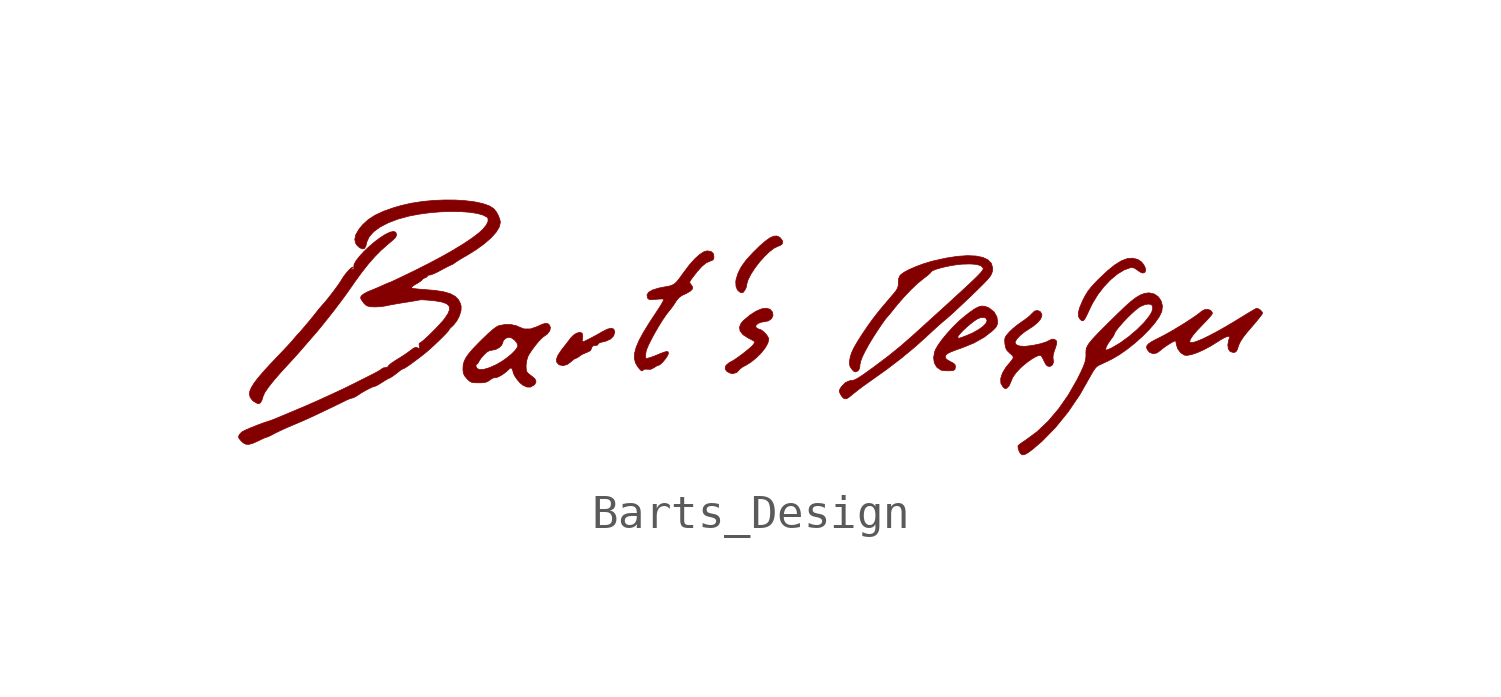
<source format=kicad_sym>
(kicad_symbol_lib
  (version 20231120)
  (generator "kicad_symbol_editor")
  (generator_version "8.0")
  (symbol "Barts_Design"
    (property "Reference" "Logo"
      (at 0 5.334 0)
      (effects (font (size 1.27 1.27)) (hide yes)))
    (property "Value" ""
      (at 0 5.334 0)
      (effects (font (size 1.27 1.27))))
    (symbol "Barts_Design_0_0"
      (polyline (pts (xy 1.67 1.883) (xy 1.715 1.94) (xy 1.754 2.015) (xy 1.771 2.081) (xy 1.774 2.12) (xy 1.816 2.256) (xy 1.898 2.417) (xy 2.011 2.592) (xy 2.146 2.768) (xy 2.291 2.932) (xy 2.438 3.073) (xy 2.576 3.179) (xy 2.696 3.236) (xy 2.754 3.256) (xy 2.824 3.312) (xy 2.827 3.386) (xy 2.764 3.475) (xy 2.731 3.503) (xy 2.654 3.536) (xy 2.562 3.529) (xy 2.452 3.479) (xy 2.317 3.382) (xy 2.151 3.237) (xy 1.95 3.04) (xy 1.948 3.037) (xy 1.757 2.827) (xy 1.618 2.637) (xy 1.523 2.453) (xy 1.463 2.261) (xy 1.453 2.195) (xy 1.46 2.06) (xy 1.502 1.952) (xy 1.573 1.889) (xy 1.59 1.883) (xy 1.641 1.869) (xy 1.67 1.883)) (stroke (width 0.01) (type default)) (fill (type outline)))
      (polyline (pts (xy 11.668 1.073) (xy 11.711 1.139) (xy 11.768 1.254) (xy 11.846 1.424) (xy 11.916 1.564) (xy 12.069 1.814) (xy 12.247 2.046) (xy 12.441 2.25) (xy 12.642 2.418) (xy 12.839 2.539) (xy 13.024 2.606) (xy 13.051 2.61) (xy 13.137 2.598) (xy 13.229 2.537) (xy 13.249 2.521) (xy 13.329 2.469) (xy 13.39 2.448) (xy 13.449 2.468) (xy 13.473 2.526) (xy 13.46 2.606) (xy 13.416 2.695) (xy 13.346 2.778) (xy 13.254 2.84) (xy 13.235 2.849) (xy 13.09 2.885) (xy 12.933 2.871) (xy 12.761 2.806) (xy 12.568 2.687) (xy 12.351 2.511) (xy 12.105 2.279) (xy 11.992 2.163) (xy 11.871 2.031) (xy 11.78 1.913) (xy 11.706 1.794) (xy 11.634 1.656) (xy 11.617 1.621) (xy 11.537 1.43) (xy 11.5 1.283) (xy 11.504 1.175) (xy 11.548 1.097) (xy 11.555 1.09) (xy 11.596 1.055) (xy 11.632 1.047) (xy 11.668 1.073)) (stroke (width 0.01) (type default)) (fill (type outline)))
      (polyline (pts (xy -3.49 -0.233) (xy -3.377 -0.15) (xy -3.358 -0.131) (xy -3.288 -0.074) (xy -3.237 -0.051) (xy -3.196 -0.037) (xy -3.132 0.009) (xy -3.115 0.024) (xy -3.031 0.074) (xy -2.927 0.118) (xy -2.909 0.124) (xy -2.813 0.172) (xy -2.782 0.227) (xy -2.775 0.264) (xy -2.724 0.321) (xy -2.635 0.331) (xy -2.603 0.333) (xy -2.584 0.364) (xy -2.582 0.377) (xy -2.531 0.409) (xy -2.422 0.436) (xy -2.356 0.452) (xy -2.219 0.514) (xy -2.129 0.606) (xy -2.097 0.717) (xy -2.098 0.732) (xy -2.127 0.805) (xy -2.2 0.829) (xy -2.313 0.803) (xy -2.464 0.727) (xy -2.517 0.695) (xy -2.65 0.62) (xy -2.784 0.548) (xy -2.904 0.487) (xy -2.994 0.444) (xy -3.041 0.428) (xy -3.044 0.429) (xy -3.05 0.467) (xy -3.042 0.543) (xy -3.035 0.597) (xy -3.051 0.681) (xy -3.109 0.711) (xy -3.21 0.687) (xy -3.299 0.632) (xy -3.381 0.551) (xy -3.39 0.538) (xy -3.451 0.458) (xy -3.536 0.348) (xy -3.629 0.23) (xy -3.655 0.196) (xy -3.757 0.045) (xy -3.804 -0.073) (xy -3.798 -0.164) (xy -3.741 -0.231) (xy -3.72 -0.244) (xy -3.61 -0.266) (xy -3.49 -0.233)) (stroke (width 0.01) (type default)) (fill (type outline)))
      (polyline (pts (xy 1.482 -0.467) (xy 1.575 -0.369) (xy 1.578 -0.365) (xy 1.631 -0.321) (xy 1.713 -0.274) (xy 1.745 -0.259) (xy 1.906 -0.158) (xy 2.062 -0.031) (xy 2.203 0.111) (xy 2.317 0.256) (xy 2.393 0.391) (xy 2.421 0.505) (xy 2.413 0.543) (xy 2.364 0.627) (xy 2.288 0.712) (xy 2.204 0.778) (xy 2.134 0.805) (xy 2.104 0.812) (xy 2.047 0.854) (xy 2.039 0.867) (xy 2.047 0.919) (xy 2.104 0.969) (xy 2.196 1.007) (xy 2.308 1.024) (xy 2.414 1.048) (xy 2.501 1.112) (xy 2.544 1.201) (xy 2.531 1.299) (xy 2.529 1.304) (xy 2.457 1.387) (xy 2.348 1.417) (xy 2.21 1.398) (xy 2.049 1.33) (xy 1.87 1.216) (xy 1.681 1.057) (xy 1.612 0.979) (xy 1.562 0.862) (xy 1.58 0.748) (xy 1.665 0.642) (xy 1.815 0.544) (xy 1.91 0.496) (xy 1.977 0.459) (xy 2.003 0.433) (xy 2 0.404) (xy 1.977 0.361) (xy 1.976 0.36) (xy 1.931 0.309) (xy 1.844 0.231) (xy 1.731 0.138) (xy 1.606 0.042) (xy 1.484 -0.046) (xy 1.38 -0.115) (xy 1.309 -0.154) (xy 1.252 -0.186) (xy 1.178 -0.249) (xy 1.151 -0.289) (xy 1.144 -0.369) (xy 1.196 -0.44) (xy 1.301 -0.49) (xy 1.369 -0.5) (xy 1.482 -0.467)) (stroke (width 0.01) (type default)) (fill (type outline)))
      (polyline (pts (xy 7.776 -0.414) (xy 7.848 -0.402) (xy 7.88 -0.373) (xy 7.892 -0.317) (xy 7.894 -0.295) (xy 7.884 -0.241) (xy 7.84 -0.198) (xy 7.745 -0.147) (xy 7.666 -0.104) (xy 7.609 -0.054) (xy 7.598 -0.002) (xy 7.604 0.025) (xy 7.63 0.062) (xy 7.681 0.098) (xy 7.77 0.14) (xy 7.904 0.192) (xy 8.094 0.259) (xy 8.43 0.395) (xy 8.733 0.564) (xy 8.981 0.756) (xy 9.015 0.788) (xy 9.088 0.869) (xy 9.122 0.941) (xy 9.131 1.025) (xy 9.11 1.164) (xy 9.028 1.308) (xy 8.885 1.421) (xy 8.856 1.436) (xy 8.761 1.473) (xy 8.668 1.48) (xy 8.567 1.454) (xy 8.447 1.39) (xy 8.299 1.286) (xy 8.113 1.137) (xy 7.99 1.03) (xy 7.821 0.863) (xy 7.656 0.683) (xy 7.57 0.579) (xy 7.967 0.579) (xy 7.977 0.604) (xy 8.03 0.671) (xy 8.115 0.761) (xy 8.222 0.861) (xy 8.336 0.958) (xy 8.444 1.042) (xy 8.534 1.101) (xy 8.623 1.138) (xy 8.725 1.149) (xy 8.796 1.12) (xy 8.823 1.052) (xy 8.822 1.045) (xy 8.786 0.966) (xy 8.694 0.875) (xy 8.559 0.78) (xy 8.39 0.687) (xy 8.197 0.605) (xy 8.105 0.571) (xy 8.024 0.543) (xy 7.983 0.536) (xy 7.969 0.548) (xy 7.967 0.579) (xy 7.57 0.579) (xy 7.509 0.505) (xy 7.39 0.341) (xy 7.312 0.206) (xy 7.284 0.134) (xy 7.255 -0.035) (xy 7.277 -0.188) (xy 7.349 -0.312) (xy 7.467 -0.395) (xy 7.497 -0.403) (xy 7.594 -0.416) (xy 7.71 -0.417) (xy 7.776 -0.414)) (stroke (width 0.01) (type default)) (fill (type outline)))
      (polyline (pts (xy 9.4 -0.929) (xy 9.469 -0.859) (xy 9.528 -0.724) (xy 9.578 -0.608) (xy 9.664 -0.483) (xy 9.795 -0.342) (xy 9.871 -0.272) (xy 9.999 -0.167) (xy 10.129 -0.075) (xy 10.248 -0.006) (xy 10.341 0.034) (xy 10.396 0.035) (xy 10.411 0.021) (xy 10.451 -0.044) (xy 10.497 -0.138) (xy 10.543 -0.227) (xy 10.591 -0.277) (xy 10.652 -0.29) (xy 10.672 -0.289) (xy 10.739 -0.248) (xy 10.771 -0.165) (xy 10.759 -0.057) (xy 10.755 -0.033) (xy 10.764 0.055) (xy 10.793 0.159) (xy 10.824 0.245) (xy 10.858 0.355) (xy 10.867 0.424) (xy 10.852 0.466) (xy 10.812 0.495) (xy 10.792 0.504) (xy 10.727 0.511) (xy 10.648 0.472) (xy 10.55 0.425) (xy 10.391 0.375) (xy 10.196 0.333) (xy 9.983 0.303) (xy 9.897 0.298) (xy 9.763 0.311) (xy 9.675 0.349) (xy 9.644 0.411) (xy 9.648 0.432) (xy 9.693 0.512) (xy 9.782 0.609) (xy 9.903 0.71) (xy 10.043 0.803) (xy 10.177 0.891) (xy 10.311 1.003) (xy 10.398 1.109) (xy 10.43 1.2) (xy 10.424 1.252) (xy 10.377 1.322) (xy 10.302 1.351) (xy 10.217 1.333) (xy 10.143 1.265) (xy 10.137 1.257) (xy 10.073 1.192) (xy 9.973 1.111) (xy 9.855 1.028) (xy 9.719 0.931) (xy 9.582 0.82) (xy 9.476 0.719) (xy 9.461 0.702) (xy 9.387 0.617) (xy 9.35 0.551) (xy 9.339 0.482) (xy 9.345 0.383) (xy 9.347 0.37) (xy 9.367 0.257) (xy 9.409 0.177) (xy 9.491 0.096) (xy 9.526 0.066) (xy 9.575 0.019) (xy 9.592 -0.021) (xy 9.575 -0.07) (xy 9.521 -0.143) (xy 9.426 -0.255) (xy 9.373 -0.322) (xy 9.272 -0.49) (xy 9.223 -0.646) (xy 9.227 -0.781) (xy 9.287 -0.887) (xy 9.323 -0.92) (xy 9.353 -0.941) (xy 9.4 -0.929)) (stroke (width 0.01) (type default)) (fill (type outline)))
      (polyline (pts (xy 14.816 0.057) (xy 14.985 0.114) (xy 15.179 0.2) (xy 15.386 0.311) (xy 15.596 0.442) (xy 15.664 0.486) (xy 15.786 0.555) (xy 15.877 0.591) (xy 15.929 0.592) (xy 15.934 0.556) (xy 15.913 0.496) (xy 15.884 0.345) (xy 15.898 0.226) (xy 15.95 0.148) (xy 16.041 0.12) (xy 16.079 0.123) (xy 16.123 0.143) (xy 16.157 0.199) (xy 16.194 0.305) (xy 16.21 0.351) (xy 16.257 0.448) (xy 16.328 0.557) (xy 16.432 0.691) (xy 16.577 0.861) (xy 16.623 0.914) (xy 16.733 1.044) (xy 16.821 1.154) (xy 16.88 1.232) (xy 16.901 1.27) (xy 16.893 1.3) (xy 16.845 1.359) (xy 16.776 1.402) (xy 16.716 1.41) (xy 16.702 1.403) (xy 16.633 1.364) (xy 16.524 1.3) (xy 16.384 1.215) (xy 16.227 1.119) (xy 16.116 1.05) (xy 15.825 0.877) (xy 15.558 0.727) (xy 15.321 0.602) (xy 15.12 0.505) (xy 14.958 0.44) (xy 14.843 0.408) (xy 14.779 0.412) (xy 14.764 0.438) (xy 14.786 0.51) (xy 14.858 0.619) (xy 14.978 0.761) (xy 15.143 0.934) (xy 15.252 1.046) (xy 15.344 1.147) (xy 15.407 1.223) (xy 15.43 1.263) (xy 15.423 1.3) (xy 15.373 1.358) (xy 15.29 1.383) (xy 15.195 1.372) (xy 15.107 1.321) (xy 15.065 1.285) (xy 14.949 1.199) (xy 14.793 1.093) (xy 14.611 0.975) (xy 14.416 0.855) (xy 14.22 0.739) (xy 14.038 0.637) (xy 13.883 0.556) (xy 13.803 0.517) (xy 13.654 0.438) (xy 13.559 0.374) (xy 13.51 0.318) (xy 13.5 0.263) (xy 13.523 0.202) (xy 13.588 0.123) (xy 13.689 0.084) (xy 13.801 0.105) (xy 13.913 0.185) (xy 13.932 0.203) (xy 14.009 0.264) (xy 14.108 0.332) (xy 14.211 0.397) (xy 14.297 0.444) (xy 14.348 0.463) (xy 14.351 0.46) (xy 14.365 0.415) (xy 14.38 0.332) (xy 14.413 0.231) (xy 14.497 0.115) (xy 14.608 0.042) (xy 14.682 0.034) (xy 14.816 0.057)) (stroke (width 0.01) (type default)) (fill (type outline)))
      (polyline (pts (xy -12.489 -1.358) (xy -12.445 -1.283) (xy -12.412 -1.177) (xy -12.409 -1.163) (xy -12.358 -1.054) (xy -12.255 -0.902) (xy -12.1 -0.706) (xy -11.893 -0.467) (xy -11.635 -0.186) (xy -11.624 -0.174) (xy -11.495 -0.033) (xy -11.356 0.121) (xy -11.237 0.258) (xy -11.224 0.273) (xy -11.116 0.398) (xy -11.01 0.521) (xy -10.927 0.616) (xy -10.87 0.681) (xy -10.708 0.875) (xy -10.525 1.103) (xy -10.334 1.346) (xy -10.149 1.589) (xy -9.982 1.815) (xy -9.846 2.007) (xy -9.738 2.163) (xy -9.522 2.462) (xy -9.324 2.713) (xy -9.136 2.928) (xy -8.95 3.116) (xy -8.757 3.287) (xy -8.643 3.382) (xy -8.565 3.452) (xy -8.521 3.501) (xy -8.503 3.54) (xy -8.498 3.581) (xy -8.517 3.643) (xy -8.581 3.669) (xy -8.689 3.646) (xy -8.692 3.645) (xy -8.83 3.578) (xy -8.983 3.479) (xy -9.145 3.357) (xy -9.304 3.221) (xy -9.452 3.079) (xy -9.579 2.941) (xy -9.678 2.814) (xy -9.738 2.708) (xy -9.75 2.631) (xy -9.748 2.623) (xy -9.748 2.566) (xy -9.79 2.551) (xy -9.798 2.551) (xy -9.831 2.558) (xy -9.799 2.585) (xy -9.775 2.605) (xy -9.788 2.619) (xy -9.791 2.619) (xy -9.837 2.588) (xy -9.907 2.519) (xy -9.985 2.428) (xy -10.059 2.329) (xy -10.114 2.241) (xy -10.136 2.205) (xy -10.2 2.11) (xy -10.29 1.986) (xy -10.392 1.85) (xy -10.496 1.717) (xy -10.589 1.602) (xy -10.66 1.522) (xy -10.681 1.498) (xy -10.766 1.4) (xy -10.848 1.296) (xy -10.859 1.281) (xy -10.922 1.202) (xy -11.008 1.096) (xy -11.108 0.977) (xy -11.208 0.858) (xy -11.299 0.752) (xy -11.369 0.673) (xy -11.406 0.634) (xy -11.416 0.624) (xy -11.461 0.573) (xy -11.524 0.497) (xy -11.542 0.475) (xy -11.617 0.392) (xy -11.723 0.277) (xy -11.85 0.142) (xy -11.986 0.0001) (xy -12.217 -0.243) (xy -12.414 -0.46) (xy -12.567 -0.64) (xy -12.68 -0.79) (xy -12.755 -0.913) (xy -12.798 -1.016) (xy -12.812 -1.101) (xy -12.786 -1.199) (xy -12.711 -1.296) (xy -12.606 -1.362) (xy -12.581 -1.37) (xy -12.533 -1.383) (xy -12.489 -1.358)) (stroke (width 0.01) (type default)) (fill (type outline)))
      (polyline (pts (xy -1.256 -0.39) (xy -1.214 -0.369) (xy -1.131 -0.372) (xy -1.044 -0.375) (xy -0.942 -0.325) (xy -0.941 -0.324) (xy -0.868 -0.276) (xy -0.811 -0.256) (xy -0.8 -0.254) (xy -0.742 -0.214) (xy -0.67 -0.141) (xy -0.599 -0.052) (xy -0.544 0.032) (xy -0.522 0.092) (xy -0.523 0.101) (xy -0.531 0.135) (xy -0.562 0.148) (xy -0.623 0.136) (xy -0.727 0.099) (xy -0.882 0.035) (xy -0.935 0.014) (xy -1.054 -0.029) (xy -1.142 -0.052) (xy -1.185 -0.052) (xy -1.193 -0.028) (xy -1.192 0.05) (xy -1.176 0.155) (xy -1.155 0.223) (xy -1.097 0.357) (xy -1.014 0.522) (xy -0.914 0.706) (xy -0.805 0.893) (xy -0.695 1.07) (xy -0.591 1.222) (xy -0.503 1.336) (xy -0.467 1.378) (xy -0.378 1.498) (xy -0.306 1.609) (xy -0.29 1.637) (xy -0.211 1.73) (xy -0.128 1.79) (xy 0.009 1.853) (xy 0.123 1.921) (xy 0.181 1.981) (xy 0.187 2.04) (xy 0.146 2.104) (xy 0.127 2.126) (xy 0.102 2.169) (xy 0.113 2.213) (xy 0.162 2.286) (xy 0.317 2.487) (xy 0.456 2.641) (xy 0.575 2.741) (xy 0.68 2.792) (xy 0.76 2.819) (xy 0.803 2.857) (xy 0.813 2.922) (xy 0.795 3.019) (xy 0.731 3.079) (xy 0.615 3.099) (xy 0.522 3.074) (xy 0.396 2.994) (xy 0.252 2.865) (xy 0.097 2.692) (xy -0.062 2.482) (xy -0.112 2.413) (xy -0.21 2.277) (xy -0.288 2.183) (xy -0.358 2.123) (xy -0.433 2.085) (xy -0.525 2.06) (xy -0.647 2.039) (xy -0.81 2.007) (xy -0.989 1.951) (xy -1.103 1.884) (xy -1.151 1.806) (xy -1.133 1.717) (xy -1.114 1.692) (xy -1.073 1.672) (xy -1.001 1.669) (xy -0.879 1.679) (xy -0.771 1.688) (xy -0.69 1.688) (xy -0.659 1.68) (xy -0.661 1.666) (xy -0.678 1.623) (xy -0.717 1.553) (xy -0.781 1.448) (xy -0.876 1.302) (xy -1.005 1.107) (xy -1.075 1) (xy -1.25 0.717) (xy -1.381 0.476) (xy -1.468 0.271) (xy -1.514 0.097) (xy -1.521 -0.053) (xy -1.489 -0.183) (xy -1.421 -0.301) (xy -1.382 -0.35) (xy -1.325 -0.41) (xy -1.287 -0.421) (xy -1.256 -0.39)) (stroke (width 0.01) (type default)) (fill (type outline)))
      (polyline (pts (xy 9.925 -2.875) (xy 10.024 -2.82) (xy 10.161 -2.718) (xy 10.43 -2.488) (xy 10.825 -2.085) (xy 11.198 -1.626) (xy 11.544 -1.117) (xy 11.857 -0.565) (xy 11.928 -0.439) (xy 12.008 -0.326) (xy 12.075 -0.268) (xy 12.086 -0.263) (xy 12.168 -0.224) (xy 12.286 -0.169) (xy 12.417 -0.106) (xy 12.48 -0.075) (xy 12.701 0.054) (xy 12.93 0.214) (xy 13.159 0.396) (xy 13.377 0.591) (xy 13.574 0.789) (xy 13.74 0.982) (xy 13.866 1.159) (xy 13.943 1.313) (xy 13.948 1.329) (xy 13.965 1.486) (xy 13.927 1.631) (xy 13.844 1.752) (xy 13.725 1.835) (xy 13.579 1.866) (xy 13.552 1.866) (xy 13.44 1.85) (xy 13.325 1.808) (xy 13.199 1.735) (xy 13.054 1.626) (xy 12.882 1.474) (xy 12.674 1.275) (xy 12.482 1.087) (xy 12.276 0.883) (xy 12.111 0.717) (xy 11.982 0.583) (xy 11.885 0.475) (xy 11.815 0.388) (xy 11.769 0.316) (xy 11.741 0.253) (xy 11.734 0.224) (xy 12.3 0.224) (xy 12.324 0.296) (xy 12.377 0.392) (xy 12.452 0.498) (xy 12.485 0.54) (xy 12.534 0.615) (xy 12.554 0.658) (xy 12.562 0.685) (xy 12.61 0.764) (xy 12.694 0.871) (xy 12.802 0.995) (xy 12.924 1.125) (xy 13.051 1.25) (xy 13.172 1.359) (xy 13.277 1.441) (xy 13.332 1.474) (xy 13.448 1.522) (xy 13.555 1.54) (xy 13.637 1.526) (xy 13.677 1.478) (xy 13.68 1.394) (xy 13.65 1.298) (xy 13.579 1.183) (xy 13.462 1.036) (xy 13.422 0.99) (xy 13.214 0.782) (xy 12.973 0.578) (xy 12.723 0.397) (xy 12.485 0.257) (xy 12.45 0.24) (xy 12.367 0.203) (xy 12.317 0.189) (xy 12.31 0.19) (xy 12.3 0.224) (xy 11.734 0.224) (xy 11.727 0.193) (xy 11.722 0.131) (xy 11.723 0.062) (xy 11.723 0.006) (xy 11.713 -0.087) (xy 11.688 -0.186) (xy 11.64 -0.309) (xy 11.565 -0.474) (xy 11.463 -0.679) (xy 11.207 -1.126) (xy 10.922 -1.534) (xy 10.615 -1.896) (xy 10.29 -2.204) (xy 9.955 -2.451) (xy 9.852 -2.519) (xy 9.772 -2.578) (xy 9.733 -2.613) (xy 9.73 -2.621) (xy 9.734 -2.683) (xy 9.761 -2.771) (xy 9.802 -2.846) (xy 9.854 -2.883) (xy 9.925 -2.875)) (stroke (width 0.01) (type default)) (fill (type outline)))
      (polyline (pts (xy -4.465 -0.838) (xy -4.437 -0.81) (xy -4.404 -0.731) (xy -4.44 -0.649) (xy -4.543 -0.565) (xy -4.562 -0.553) (xy -4.637 -0.493) (xy -4.678 -0.441) (xy -4.689 -0.403) (xy -4.698 -0.273) (xy -4.681 -0.125) (xy -4.64 0.008) (xy -4.596 0.087) (xy -4.519 0.201) (xy -4.427 0.324) (xy -4.333 0.439) (xy -4.249 0.529) (xy -4.19 0.579) (xy -4.188 0.58) (xy -4.071 0.664) (xy -4 0.76) (xy -3.982 0.854) (xy -4.021 0.935) (xy -4.053 0.96) (xy -4.122 0.973) (xy -4.218 0.948) (xy -4.356 0.884) (xy -4.375 0.875) (xy -4.571 0.809) (xy -4.755 0.809) (xy -4.924 0.875) (xy -4.981 0.903) (xy -5.132 0.936) (xy -5.309 0.939) (xy -5.488 0.908) (xy -5.557 0.875) (xy -5.663 0.799) (xy -5.803 0.677) (xy -5.981 0.506) (xy -6.08 0.408) (xy -6.247 0.234) (xy -6.371 0.091) (xy -6.457 -0.03) (xy -6.511 -0.137) (xy -6.539 -0.239) (xy -6.54 -0.246) (xy -6.168 -0.246) (xy -6.139 -0.222) (xy -6.116 -0.209) (xy -6.085 -0.154) (xy -6.067 -0.118) (xy -6.01 -0.038) (xy -5.932 0.051) (xy -5.849 0.129) (xy -5.768 0.176) (xy -5.682 0.189) (xy -5.588 0.208) (xy -5.489 0.261) (xy -5.413 0.333) (xy -5.383 0.407) (xy -5.358 0.478) (xy -5.287 0.54) (xy -5.198 0.565) (xy -5.128 0.548) (xy -5.038 0.487) (xy -4.967 0.404) (xy -4.938 0.32) (xy -4.951 0.273) (xy -5.014 0.183) (xy -5.118 0.077) (xy -5.251 -0.034) (xy -5.404 -0.141) (xy -5.563 -0.234) (xy -5.578 -0.241) (xy -5.77 -0.327) (xy -5.93 -0.375) (xy -6.052 -0.385) (xy -6.128 -0.355) (xy -6.162 -0.301) (xy -6.168 -0.246) (xy -6.54 -0.246) (xy -6.547 -0.346) (xy -6.547 -0.378) (xy -6.537 -0.484) (xy -6.503 -0.562) (xy -6.432 -0.647) (xy -6.415 -0.666) (xy -6.352 -0.724) (xy -6.293 -0.755) (xy -6.212 -0.767) (xy -6.086 -0.77) (xy -6.004 -0.769) (xy -5.898 -0.758) (xy -5.823 -0.733) (xy -5.755 -0.685) (xy -5.738 -0.672) (xy -5.663 -0.628) (xy -5.608 -0.62) (xy -5.58 -0.62) (xy -5.501 -0.592) (xy -5.401 -0.536) (xy -5.299 -0.463) (xy -5.213 -0.386) (xy -5.177 -0.35) (xy -5.138 -0.331) (xy -5.109 -0.359) (xy -5.093 -0.388) (xy -5.076 -0.454) (xy -5.069 -0.486) (xy -5.026 -0.576) (xy -4.955 -0.678) (xy -4.872 -0.773) (xy -4.792 -0.839) (xy -4.673 -0.894) (xy -4.567 -0.895) (xy -4.465 -0.838)) (stroke (width 0.01) (type default)) (fill (type outline)))
      (polyline (pts (xy 4.735 -1.219) (xy 4.803 -1.17) (xy 4.909 -1.083) (xy 4.927 -1.069) (xy 5.061 -0.963) (xy 5.218 -0.846) (xy 5.365 -0.741) (xy 5.406 -0.713) (xy 5.894 -0.365) (xy 6.332 -0.029) (xy 6.734 0.305) (xy 7.114 0.649) (xy 7.12 0.655) (xy 7.257 0.782) (xy 7.388 0.901) (xy 7.498 0.998) (xy 7.574 1.062) (xy 7.605 1.086) (xy 7.703 1.172) (xy 7.837 1.293) (xy 7.997 1.441) (xy 8.173 1.607) (xy 8.357 1.782) (xy 8.539 1.958) (xy 8.709 2.126) (xy 8.812 2.232) (xy 8.902 2.337) (xy 8.954 2.422) (xy 8.979 2.501) (xy 8.986 2.603) (xy 8.947 2.734) (xy 8.85 2.836) (xy 8.699 2.907) (xy 8.497 2.948) (xy 8.246 2.959) (xy 7.949 2.938) (xy 7.61 2.885) (xy 7.231 2.8) (xy 7.162 2.781) (xy 6.946 2.715) (xy 6.737 2.637) (xy 6.549 2.556) (xy 6.398 2.476) (xy 6.298 2.405) (xy 6.264 2.366) (xy 6.23 2.287) (xy 6.221 2.167) (xy 6.221 2.134) (xy 6.215 2.064) (xy 6.195 2.002) (xy 6.154 1.932) (xy 6.082 1.841) (xy 5.973 1.713) (xy 5.906 1.635) (xy 5.729 1.427) (xy 5.583 1.246) (xy 5.453 1.076) (xy 5.326 0.899) (xy 5.191 0.699) (xy 5.152 0.641) (xy 5.018 0.43) (xy 4.92 0.26) (xy 4.853 0.118) (xy 4.812 -0.006) (xy 4.792 -0.122) (xy 4.787 -0.215) (xy 4.806 -0.297) (xy 4.859 -0.374) (xy 4.912 -0.43) (xy 4.96 -0.45) (xy 5.017 -0.431) (xy 5.064 -0.39) (xy 5.092 -0.294) (xy 5.094 -0.241) (xy 5.116 -0.138) (xy 5.162 -0.015) (xy 5.238 0.142) (xy 5.348 0.342) (xy 5.424 0.471) (xy 5.517 0.62) (xy 5.617 0.773) (xy 5.714 0.919) (xy 5.802 1.044) (xy 5.871 1.136) (xy 5.912 1.181) (xy 5.912 1.182) (xy 5.945 1.217) (xy 6.005 1.291) (xy 6.082 1.387) (xy 6.191 1.523) (xy 6.389 1.75) (xy 6.59 1.961) (xy 6.781 2.143) (xy 6.949 2.28) (xy 6.986 2.308) (xy 7.085 2.386) (xy 7.154 2.447) (xy 7.18 2.481) (xy 7.181 2.485) (xy 7.223 2.518) (xy 7.316 2.556) (xy 7.449 2.596) (xy 7.607 2.635) (xy 7.776 2.669) (xy 7.944 2.695) (xy 8.097 2.71) (xy 8.333 2.716) (xy 8.511 2.702) (xy 8.632 2.667) (xy 8.699 2.61) (xy 8.702 2.605) (xy 8.709 2.589) (xy 8.709 2.569) (xy 8.698 2.542) (xy 8.675 2.506) (xy 8.635 2.458) (xy 8.576 2.394) (xy 8.494 2.312) (xy 8.386 2.208) (xy 8.249 2.079) (xy 8.081 1.923) (xy 7.877 1.736) (xy 7.636 1.515) (xy 7.352 1.258) (xy 7.024 0.96) (xy 6.649 0.62) (xy 6.302 0.316) (xy 5.93 0.014) (xy 5.519 -0.295) (xy 5.47 -0.332) (xy 5.284 -0.465) (xy 5.143 -0.564) (xy 5.038 -0.631) (xy 4.962 -0.673) (xy 4.906 -0.695) (xy 4.863 -0.701) (xy 4.803 -0.707) (xy 4.666 -0.765) (xy 4.549 -0.888) (xy 4.534 -0.911) (xy 4.495 -0.981) (xy 4.493 -1.035) (xy 4.524 -1.106) (xy 4.526 -1.111) (xy 4.575 -1.185) (xy 4.62 -1.226) (xy 4.651 -1.237) (xy 4.689 -1.239) (xy 4.735 -1.219)) (stroke (width 0.01) (type default)) (fill (type outline)))
      (polyline (pts (xy -12.7 -2.54) (xy -12.537 -2.466) (xy -12.507 -2.451) (xy -12.401 -2.401) (xy -12.326 -2.37) (xy -12.298 -2.363) (xy -12.298 -2.364) (xy -12.263 -2.352) (xy -12.186 -2.315) (xy -12.081 -2.26) (xy -12.047 -2.242) (xy -11.898 -2.169) (xy -11.725 -2.09) (xy -11.559 -2.019) (xy -11.513 -2) (xy -11.341 -1.927) (xy -11.17 -1.853) (xy -11.032 -1.79) (xy -10.902 -1.73) (xy -10.692 -1.63) (xy -10.481 -1.53) (xy -10.285 -1.435) (xy -10.119 -1.355) (xy -10 -1.295) (xy -9.941 -1.267) (xy -9.849 -1.23) (xy -9.791 -1.215) (xy -9.77 -1.21) (xy -9.697 -1.176) (xy -9.608 -1.119) (xy -9.522 -1.062) (xy -9.405 -0.994) (xy -9.287 -0.933) (xy -9.189 -0.889) (xy -9.129 -0.872) (xy -9.092 -0.858) (xy -9.014 -0.815) (xy -8.914 -0.753) (xy -8.825 -0.696) (xy -8.746 -0.65) (xy -8.706 -0.633) (xy -8.702 -0.632) (xy -8.654 -0.606) (xy -8.572 -0.549) (xy -8.472 -0.475) (xy -8.371 -0.394) (xy -8.351 -0.379) (xy -8.301 -0.359) (xy -8.292 -0.357) (xy -8.234 -0.325) (xy -8.137 -0.261) (xy -8.014 -0.172) (xy -7.875 -0.069) (xy -7.731 0.042) (xy -7.596 0.152) (xy -7.588 0.159) (xy -7.485 0.249) (xy -7.369 0.356) (xy -7.249 0.47) (xy -7.138 0.58) (xy -7.045 0.675) (xy -6.982 0.746) (xy -6.958 0.781) (xy -6.956 0.789) (xy -6.919 0.836) (xy -6.852 0.898) (xy -6.819 0.93) (xy -6.724 1.054) (xy -6.649 1.201) (xy -6.605 1.349) (xy -6.601 1.474) (xy -6.618 1.543) (xy -6.679 1.667) (xy -6.778 1.766) (xy -6.922 1.843) (xy -7.116 1.899) (xy -7.366 1.939) (xy -7.677 1.964) (xy -7.811 1.974) (xy -7.947 1.988) (xy -8.035 2.004) (xy -8.065 2.02) (xy -8.055 2.036) (xy -7.999 2.081) (xy -7.912 2.133) (xy -7.864 2.16) (xy -7.781 2.216) (xy -7.736 2.261) (xy -7.717 2.284) (xy -7.657 2.311) (xy -7.633 2.316) (xy -7.587 2.36) (xy -7.573 2.382) (xy -7.524 2.393) (xy -7.505 2.393) (xy -7.433 2.417) (xy -7.325 2.465) (xy -7.198 2.532) (xy -7.128 2.57) (xy -7.013 2.63) (xy -6.929 2.672) (xy -6.89 2.688) (xy -6.848 2.707) (xy -6.782 2.752) (xy -6.741 2.782) (xy -6.641 2.846) (xy -6.529 2.912) (xy -6.452 2.955) (xy -6.166 3.132) (xy -5.922 3.309) (xy -5.723 3.482) (xy -5.576 3.646) (xy -5.484 3.797) (xy -5.452 3.93) (xy -5.458 3.987) (xy -5.5 4.114) (xy -5.568 4.242) (xy -5.647 4.339) (xy -5.651 4.342) (xy -5.781 4.421) (xy -5.968 4.486) (xy -6.202 4.536) (xy -6.474 4.57) (xy -6.774 4.589) (xy -7.091 4.591) (xy -7.416 4.577) (xy -7.74 4.546) (xy -8.053 4.498) (xy -8.344 4.433) (xy -8.559 4.371) (xy -8.868 4.264) (xy -9.12 4.147) (xy -9.323 4.016) (xy -9.485 3.869) (xy -9.594 3.736) (xy -9.69 3.572) (xy -9.721 3.43) (xy -9.689 3.31) (xy -9.658 3.266) (xy -9.58 3.193) (xy -9.499 3.158) (xy -9.435 3.171) (xy -9.428 3.179) (xy -9.395 3.245) (xy -9.371 3.341) (xy -9.366 3.364) (xy -9.297 3.515) (xy -9.166 3.661) (xy -8.979 3.798) (xy -8.741 3.922) (xy -8.458 4.03) (xy -8.136 4.118) (xy -8.111 4.124) (xy -7.814 4.179) (xy -7.506 4.22) (xy -7.195 4.245) (xy -6.892 4.255) (xy -6.607 4.25) (xy -6.349 4.231) (xy -6.128 4.197) (xy -5.955 4.148) (xy -5.838 4.085) (xy -5.814 4.054) (xy -5.81 3.97) (xy -5.859 3.861) (xy -5.959 3.737) (xy -6.084 3.622) (xy -6.282 3.472) (xy -6.534 3.303) (xy -6.834 3.12) (xy -7.177 2.926) (xy -7.557 2.724) (xy -7.968 2.517) (xy -8.079 2.463) (xy -8.27 2.371) (xy -8.436 2.291) (xy -8.567 2.229) (xy -8.655 2.189) (xy -8.69 2.174) (xy -8.729 2.161) (xy -8.812 2.126) (xy -8.921 2.077) (xy -9.026 2.03) (xy -9.172 1.968) (xy -9.293 1.919) (xy -9.344 1.898) (xy -9.445 1.844) (xy -9.511 1.795) (xy -9.54 1.759) (xy -9.549 1.713) (xy -9.515 1.649) (xy -9.443 1.551) (xy -9.37 1.49) (xy -9.276 1.462) (xy -9.138 1.456) (xy -9.044 1.459) (xy -8.902 1.472) (xy -8.789 1.491) (xy -8.747 1.501) (xy -8.626 1.524) (xy -8.473 1.551) (xy -8.31 1.578) (xy -8.218 1.592) (xy -8.07 1.616) (xy -7.952 1.635) (xy -7.882 1.648) (xy -7.865 1.652) (xy -7.813 1.661) (xy -7.764 1.665) (xy -7.699 1.663) (xy -7.601 1.656) (xy -7.453 1.643) (xy -7.358 1.633) (xy -7.16 1.598) (xy -7.025 1.548) (xy -6.952 1.478) (xy -6.938 1.386) (xy -6.981 1.268) (xy -7.078 1.12) (xy -7.14 1.043) (xy -7.239 0.933) (xy -7.355 0.811) (xy -7.477 0.689) (xy -7.595 0.575) (xy -7.699 0.481) (xy -7.777 0.418) (xy -7.82 0.394) (xy -7.834 0.37) (xy -7.827 0.305) (xy -7.817 0.258) (xy -7.826 0.233) (xy -7.875 0.253) (xy -7.884 0.258) (xy -7.935 0.269) (xy -7.995 0.245) (xy -8.082 0.18) (xy -8.099 0.167) (xy -8.204 0.091) (xy -8.339 0.001) (xy -8.478 -0.085) (xy -8.528 -0.116) (xy -8.635 -0.187) (xy -8.709 -0.246) (xy -8.737 -0.282) (xy -8.758 -0.31) (xy -8.822 -0.325) (xy -8.879 -0.333) (xy -8.927 -0.36) (xy -8.929 -0.362) (xy -8.975 -0.397) (xy -9.063 -0.449) (xy -9.177 -0.509) (xy -9.223 -0.532) (xy -9.375 -0.609) (xy -9.549 -0.696) (xy -9.714 -0.779) (xy -9.738 -0.791) (xy -10.045 -0.942) (xy -10.395 -1.106) (xy -10.766 -1.276) (xy -11.139 -1.44) (xy -11.494 -1.591) (xy -11.605 -1.637) (xy -11.774 -1.708) (xy -11.917 -1.768) (xy -12.022 -1.811) (xy -12.076 -1.834) (xy -12.136 -1.857) (xy -12.242 -1.894) (xy -12.367 -1.935) (xy -12.428 -1.956) (xy -12.591 -2.017) (xy -12.759 -2.084) (xy -12.907 -2.148) (xy -13.014 -2.201) (xy -13.052 -2.231) (xy -13.108 -2.296) (xy -13.112 -2.304) (xy -13.131 -2.352) (xy -13.114 -2.401) (xy -13.053 -2.474) (xy -12.993 -2.531) (xy -12.914 -2.572) (xy -12.821 -2.575) (xy -12.7 -2.54)) (stroke (width 0.01) (type default)) (fill (type outline))))))
</source>
